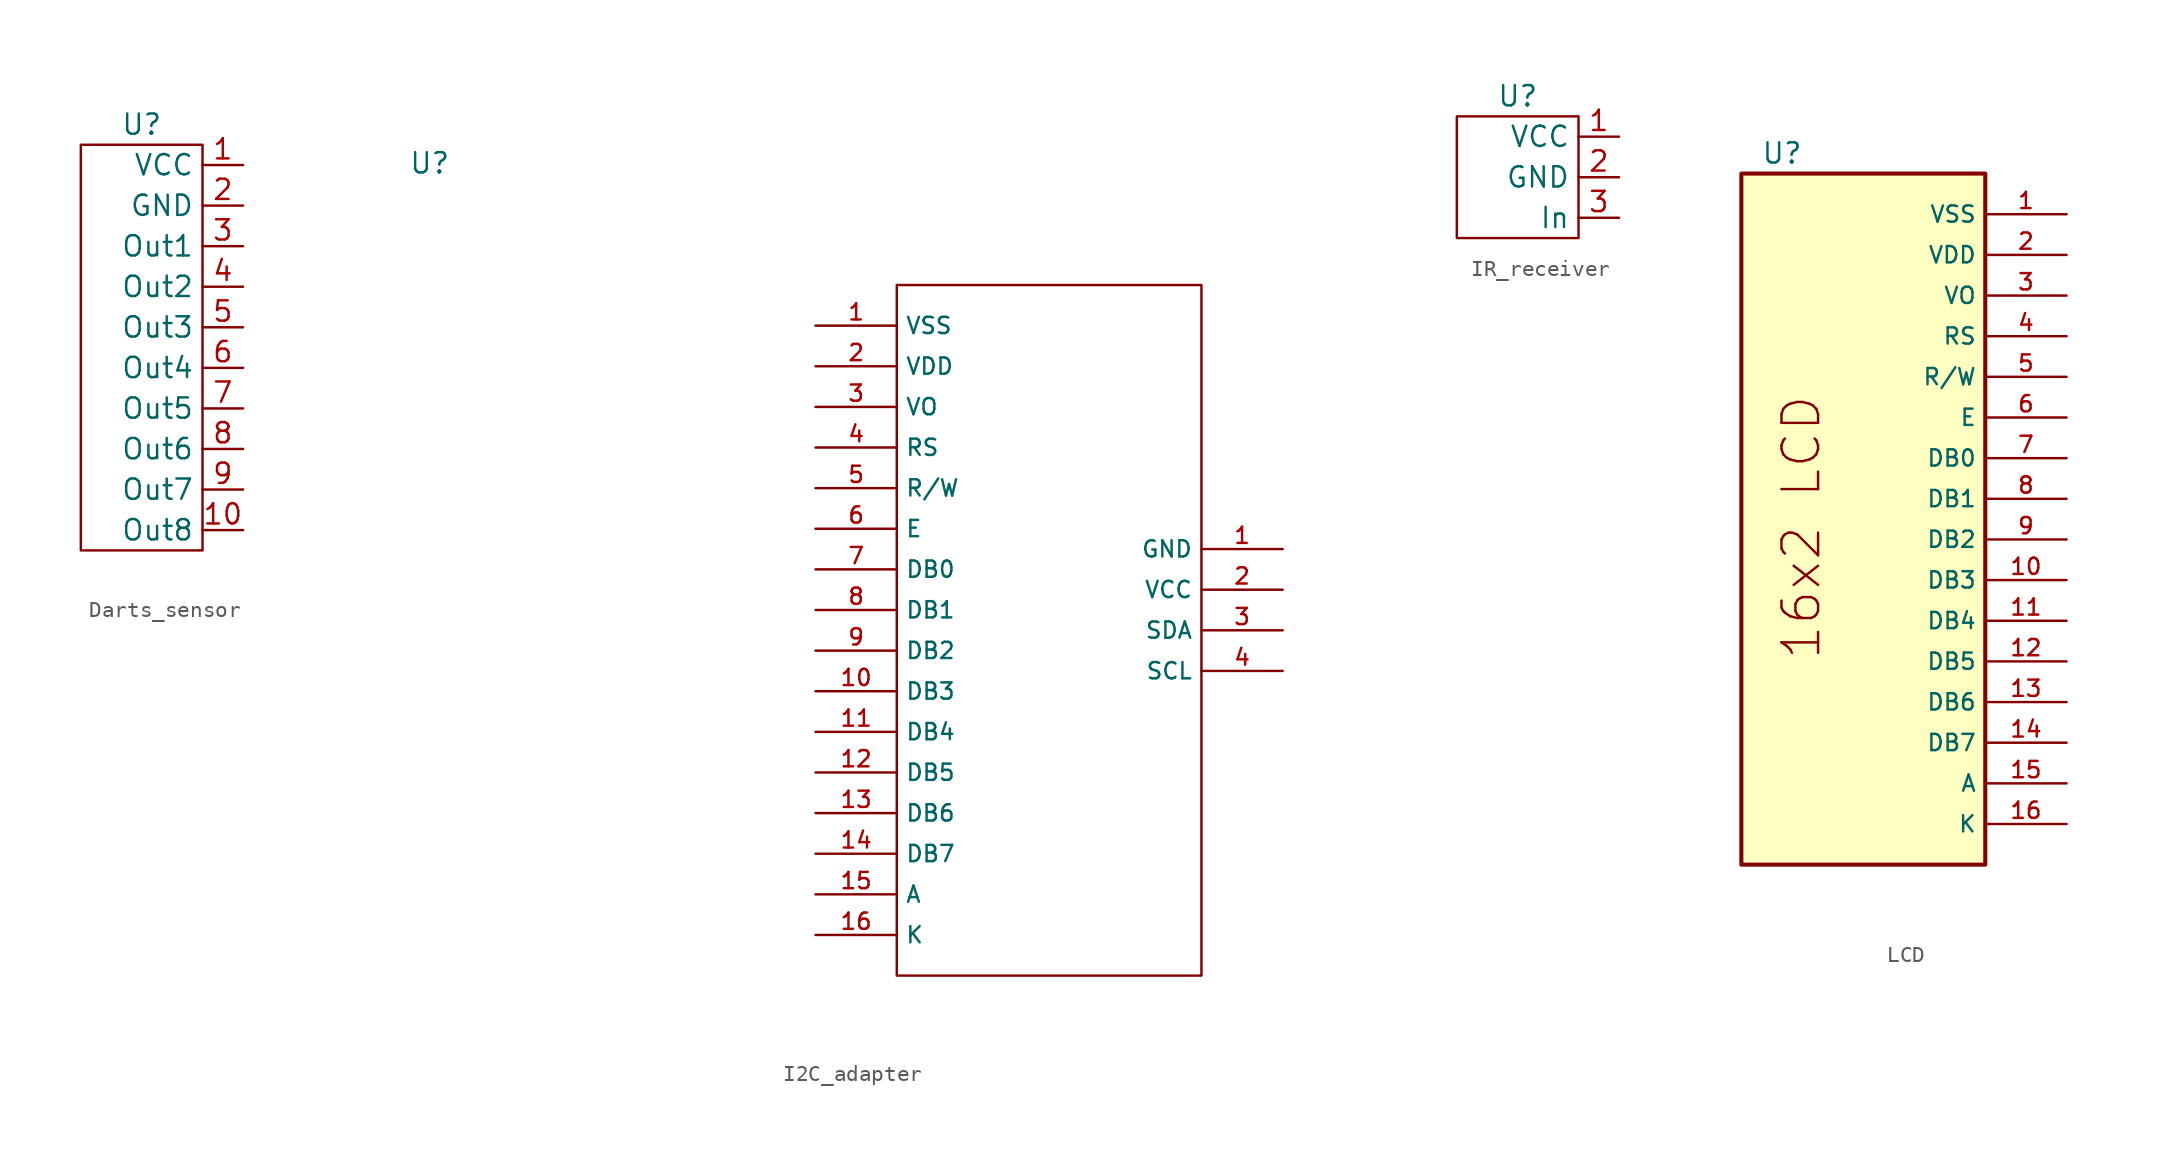
<source format=kicad_sym>
(kicad_symbol_lib
  (version 20220914)
  (generator kicad_symbol_editor)
  (symbol "Darts_sensor"
    (property "Reference" "U"
      (at -1.27 12.7 0)
      (effects (font (size 1.27 1.27))))
    (property "Value" ""
      (at -1.27 7.62 0)
      (effects (font (size 1.27 1.27))))
    (symbol "Darts_sensor_0_1"
      (rectangle (start -5.08 11.43) (end 2.54 -13.97) (stroke (width 0) (type default)) (fill (type none))))
    (symbol "Darts_sensor_1_1"
      (pin power_out line (at 5.08 10.16 180) (length 2.54) (name "VCC" (effects (font (size 1.27 1.27)))) (number "1" (effects (font (size 1.27 1.27)))))
      (pin output line (at 5.08 -12.7 180) (length 2.54) (name "Out8" (effects (font (size 1.27 1.27)))) (number "10" (effects (font (size 1.27 1.27)))))
      (pin power_out line (at 5.08 7.62 180) (length 2.54) (name "GND" (effects (font (size 1.27 1.27)))) (number "2" (effects (font (size 1.27 1.27)))))
      (pin output line (at 5.08 5.08 180) (length 2.54) (name "Out1" (effects (font (size 1.27 1.27)))) (number "3" (effects (font (size 1.27 1.27)))))
      (pin output line (at 5.08 2.54 180) (length 2.54) (name "Out2" (effects (font (size 1.27 1.27)))) (number "4" (effects (font (size 1.27 1.27)))))
      (pin output line (at 5.08 0 180) (length 2.54) (name "Out3" (effects (font (size 1.27 1.27)))) (number "5" (effects (font (size 1.27 1.27)))))
      (pin output line (at 5.08 -2.54 180) (length 2.54) (name "Out4" (effects (font (size 1.27 1.27)))) (number "6" (effects (font (size 1.27 1.27)))))
      (pin output line (at 5.08 -5.08 180) (length 2.54) (name "Out5" (effects (font (size 1.27 1.27)))) (number "7" (effects (font (size 1.27 1.27)))))
      (pin output line (at 5.08 -7.62 180) (length 2.54) (name "Out6" (effects (font (size 1.27 1.27)))) (number "8" (effects (font (size 1.27 1.27)))))
      (pin output line (at 5.08 -10.16 180) (length 2.54) (name "Out7" (effects (font (size 1.27 1.27)))) (number "9" (effects (font (size 1.27 1.27)))))))
  (symbol "I2C_adapter"
    (property "Reference" "U"
      (at -36.83 31.75 0)
      (effects (font (size 1.27 1.27))))
    (property "Value" ""
      (at -19.05 -3.81 0)
      (effects (font (size 1.27 1.27))))
    (symbol "I2C_adapter_0_0"
      (pin power_in line (at -12.7 21.59 0) (length 5.08) (name "VSS" (effects (font (size 1.016 1.016)))) (number "1" (effects (font (size 1.016 1.016)))))
      (pin bidirectional line (at -12.7 -1.27 0) (length 5.08) (name "DB3" (effects (font (size 1.016 1.016)))) (number "10" (effects (font (size 1.016 1.016)))))
      (pin bidirectional line (at -12.7 -3.81 0) (length 5.08) (name "DB4" (effects (font (size 1.016 1.016)))) (number "11" (effects (font (size 1.016 1.016)))))
      (pin bidirectional line (at -12.7 -6.35 0) (length 5.08) (name "DB5" (effects (font (size 1.016 1.016)))) (number "12" (effects (font (size 1.016 1.016)))))
      (pin bidirectional line (at -12.7 -8.89 0) (length 5.08) (name "DB6" (effects (font (size 1.016 1.016)))) (number "13" (effects (font (size 1.016 1.016)))))
      (pin bidirectional line (at -12.7 -11.43 0) (length 5.08) (name "DB7" (effects (font (size 1.016 1.016)))) (number "14" (effects (font (size 1.016 1.016)))))
      (pin power_in line (at -12.7 -13.97 0) (length 5.08) (name "A" (effects (font (size 1.016 1.016)))) (number "15" (effects (font (size 1.016 1.016)))))
      (pin power_in line (at -12.7 -16.51 0) (length 5.08) (name "K" (effects (font (size 1.016 1.016)))) (number "16" (effects (font (size 1.016 1.016)))))
      (pin power_in line (at -12.7 19.05 0) (length 5.08) (name "VDD" (effects (font (size 1.016 1.016)))) (number "2" (effects (font (size 1.016 1.016)))))
      (pin bidirectional line (at -12.7 16.51 0) (length 5.08) (name "VO" (effects (font (size 1.016 1.016)))) (number "3" (effects (font (size 1.016 1.016)))))
      (pin input line (at -12.7 13.97 0) (length 5.08) (name "RS" (effects (font (size 1.016 1.016)))) (number "4" (effects (font (size 1.016 1.016)))))
      (pin input line (at -12.7 11.43 0) (length 5.08) (name "R/W" (effects (font (size 1.016 1.016)))) (number "5" (effects (font (size 1.016 1.016)))))
      (pin input line (at -12.7 8.89 0) (length 5.08) (name "E" (effects (font (size 1.016 1.016)))) (number "6" (effects (font (size 1.016 1.016)))))
      (pin bidirectional line (at -12.7 6.35 0) (length 5.08) (name "DB0" (effects (font (size 1.016 1.016)))) (number "7" (effects (font (size 1.016 1.016)))))
      (pin bidirectional line (at -12.7 3.81 0) (length 5.08) (name "DB1" (effects (font (size 1.016 1.016)))) (number "8" (effects (font (size 1.016 1.016)))))
      (pin bidirectional line (at -12.7 1.27 0) (length 5.08) (name "DB2" (effects (font (size 1.016 1.016)))) (number "9" (effects (font (size 1.016 1.016))))))
    (symbol "I2C_adapter_1_0"
      (rectangle (start -7.62 24.13) (end 11.43 -19.05) (stroke (width 0) (type default)) (fill (type none)))
      (pin power_out line (at 16.51 7.62 180) (length 5.08) (name "GND" (effects (font (size 1.016 1.016)))) (number "1" (effects (font (size 1.016 1.016)))))
      (pin power_out line (at 16.51 5.08 180) (length 5.08) (name "VCC" (effects (font (size 1.016 1.016)))) (number "2" (effects (font (size 1.016 1.016)))))
      (pin bidirectional line (at 16.51 2.54 180) (length 5.08) (name "SDA" (effects (font (size 1.016 1.016)))) (number "3" (effects (font (size 1.016 1.016)))))
      (pin bidirectional line (at 16.51 0 180) (length 5.08) (name "SCL" (effects (font (size 1.016 1.016)))) (number "4" (effects (font (size 1.016 1.016)))))))
  (symbol "IR_receiver"
    (property "Reference" "U"
      (at -3.81 3.81 0)
      (effects (font (size 1.27 1.27))))
    (property "Value" ""
      (at 0 0 0)
      (effects (font (size 1.27 1.27))))
    (symbol "IR_receiver_0_1"
      (rectangle (start -7.62 2.54) (end 0 -5.08) (stroke (width 0) (type default)) (fill (type none))))
    (symbol "IR_receiver_1_1"
      (pin power_out line (at 2.54 1.27 180) (length 2.54) (name "VCC" (effects (font (size 1.27 1.27)))) (number "1" (effects (font (size 1.27 1.27)))))
      (pin power_out line (at 2.54 -1.27 180) (length 2.54) (name "GND" (effects (font (size 1.27 1.27)))) (number "2" (effects (font (size 1.27 1.27)))))
      (pin bidirectional line (at 2.54 -3.81 180) (length 2.54) (name "In" (effects (font (size 1.27 1.27)))) (number "3" (effects (font (size 1.27 1.27)))))))
  (symbol "LCD"
    (property "Reference" "U"
      (at -5.08 19.05 0)
      (effects (font (size 1.27 1.27))))
    (property "Value" ""
      (at -3.81 5.08 0)
      (effects (font (size 1.27 1.27))))
    (symbol "LCD_0_0"
      (rectangle (start -7.62 17.78) (end 7.62 -25.4) (stroke (width 0.254) (type default)) (fill (type background)))
      (text "16x2 LCD" (at -2.54 -12.7 900) (effects (font (size 2.286 2.286)) (justify left bottom))))
    (symbol "LCD_1_0"
      (pin power_in line (at 12.7 15.24 180) (length 5.08) (name "VSS" (effects (font (size 1.016 1.016)))) (number "1" (effects (font (size 1.016 1.016)))))
      (pin bidirectional line (at 12.7 -7.62 180) (length 5.08) (name "DB3" (effects (font (size 1.016 1.016)))) (number "10" (effects (font (size 1.016 1.016)))))
      (pin bidirectional line (at 12.7 -10.16 180) (length 5.08) (name "DB4" (effects (font (size 1.016 1.016)))) (number "11" (effects (font (size 1.016 1.016)))))
      (pin bidirectional line (at 12.7 -12.7 180) (length 5.08) (name "DB5" (effects (font (size 1.016 1.016)))) (number "12" (effects (font (size 1.016 1.016)))))
      (pin bidirectional line (at 12.7 -15.24 180) (length 5.08) (name "DB6" (effects (font (size 1.016 1.016)))) (number "13" (effects (font (size 1.016 1.016)))))
      (pin bidirectional line (at 12.7 -17.78 180) (length 5.08) (name "DB7" (effects (font (size 1.016 1.016)))) (number "14" (effects (font (size 1.016 1.016)))))
      (pin power_in line (at 12.7 -20.32 180) (length 5.08) (name "A" (effects (font (size 1.016 1.016)))) (number "15" (effects (font (size 1.016 1.016)))))
      (pin power_in line (at 12.7 -22.86 180) (length 5.08) (name "K" (effects (font (size 1.016 1.016)))) (number "16" (effects (font (size 1.016 1.016)))))
      (pin power_in line (at 12.7 12.7 180) (length 5.08) (name "VDD" (effects (font (size 1.016 1.016)))) (number "2" (effects (font (size 1.016 1.016)))))
      (pin bidirectional line (at 12.7 10.16 180) (length 5.08) (name "VO" (effects (font (size 1.016 1.016)))) (number "3" (effects (font (size 1.016 1.016)))))
      (pin input line (at 12.7 7.62 180) (length 5.08) (name "RS" (effects (font (size 1.016 1.016)))) (number "4" (effects (font (size 1.016 1.016)))))
      (pin input line (at 12.7 5.08 180) (length 5.08) (name "R/W" (effects (font (size 1.016 1.016)))) (number "5" (effects (font (size 1.016 1.016)))))
      (pin input line (at 12.7 2.54 180) (length 5.08) (name "E" (effects (font (size 1.016 1.016)))) (number "6" (effects (font (size 1.016 1.016)))))
      (pin bidirectional line (at 12.7 0 180) (length 5.08) (name "DB0" (effects (font (size 1.016 1.016)))) (number "7" (effects (font (size 1.016 1.016)))))
      (pin bidirectional line (at 12.7 -2.54 180) (length 5.08) (name "DB1" (effects (font (size 1.016 1.016)))) (number "8" (effects (font (size 1.016 1.016)))))
      (pin bidirectional line (at 12.7 -5.08 180) (length 5.08) (name "DB2" (effects (font (size 1.016 1.016)))) (number "9" (effects (font (size 1.016 1.016))))))))
</source>
